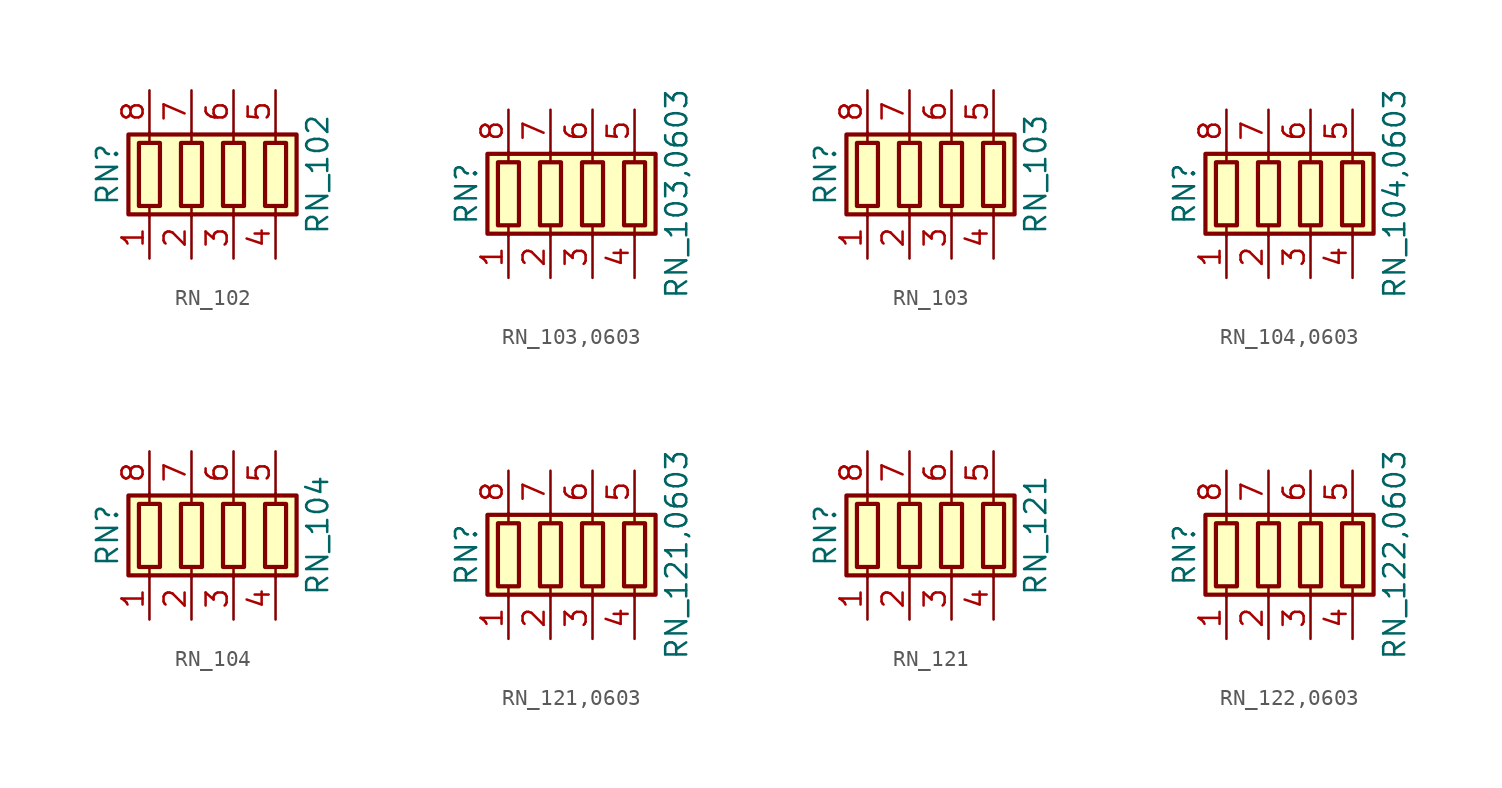
<source format=kicad_sym>
(kicad_symbol_lib
  (version 20211014)
  (generator kicad_symbol_editor)
  (symbol "RN_102"
    (pin_names
      (offset 0) hide)
    (property "Reference" "RN"
      (at -7.62 0 90)
      (effects (font (size 1.27 1.27))))
    (property "Value" "RN_102"
      (at 5.08 0 90)
      (effects (font (size 1.27 1.27))))
    (symbol "RN_102_0_1"
      (rectangle (start -6.35 -2.413) (end 3.81 2.413) (stroke (width 0.254) (type default) (color 0 0 0 0)) (fill (type background)))
      (rectangle (start -5.715 1.905) (end -4.445 -1.905) (stroke (width 0.254) (type default) (color 0 0 0 0)) (fill (type none)))
      (rectangle (start -3.175 1.905) (end -1.905 -1.905) (stroke (width 0.254) (type default) (color 0 0 0 0)) (fill (type none)))
      (rectangle (start -0.635 1.905) (end 0.635 -1.905) (stroke (width 0.254) (type default) (color 0 0 0 0)) (fill (type none)))
      (polyline (pts (xy -5.08 -2.54) (xy -5.08 -1.905)) (stroke (width 0) (type default) (color 0 0 0 0)) (fill (type none)))
      (polyline (pts (xy -5.08 1.905) (xy -5.08 2.54)) (stroke (width 0) (type default) (color 0 0 0 0)) (fill (type none)))
      (polyline (pts (xy -2.54 -2.54) (xy -2.54 -1.905)) (stroke (width 0) (type default) (color 0 0 0 0)) (fill (type none)))
      (polyline (pts (xy -2.54 1.905) (xy -2.54 2.54)) (stroke (width 0) (type default) (color 0 0 0 0)) (fill (type none)))
      (polyline (pts (xy 0 -2.54) (xy 0 -1.905)) (stroke (width 0) (type default) (color 0 0 0 0)) (fill (type none)))
      (polyline (pts (xy 0 1.905) (xy 0 2.54)) (stroke (width 0) (type default) (color 0 0 0 0)) (fill (type none)))
      (polyline (pts (xy 2.54 -2.54) (xy 2.54 -1.905)) (stroke (width 0) (type default) (color 0 0 0 0)) (fill (type none)))
      (polyline (pts (xy 2.54 1.905) (xy 2.54 2.54)) (stroke (width 0) (type default) (color 0 0 0 0)) (fill (type none)))
      (rectangle (start 1.905 1.905) (end 3.175 -1.905) (stroke (width 0.254) (type default) (color 0 0 0 0)) (fill (type none))))
    (symbol "RN_102_1_1"
      (pin passive line (at -5.08 -5.08 90) (length 2.54) (name "R1.1" (effects (font (size 1.27 1.27)))) (number "1" (effects (font (size 1.27 1.27)))))
      (pin passive line (at -2.54 -5.08 90) (length 2.54) (name "R2.1" (effects (font (size 1.27 1.27)))) (number "2" (effects (font (size 1.27 1.27)))))
      (pin passive line (at 0 -5.08 90) (length 2.54) (name "R3.1" (effects (font (size 1.27 1.27)))) (number "3" (effects (font (size 1.27 1.27)))))
      (pin passive line (at 2.54 -5.08 90) (length 2.54) (name "R4.1" (effects (font (size 1.27 1.27)))) (number "4" (effects (font (size 1.27 1.27)))))
      (pin passive line (at 2.54 5.08 270) (length 2.54) (name "R4.2" (effects (font (size 1.27 1.27)))) (number "5" (effects (font (size 1.27 1.27)))))
      (pin passive line (at 0 5.08 270) (length 2.54) (name "R3.2" (effects (font (size 1.27 1.27)))) (number "6" (effects (font (size 1.27 1.27)))))
      (pin passive line (at -2.54 5.08 270) (length 2.54) (name "R2.2" (effects (font (size 1.27 1.27)))) (number "7" (effects (font (size 1.27 1.27)))))
      (pin passive line (at -5.08 5.08 270) (length 2.54) (name "R1.2" (effects (font (size 1.27 1.27)))) (number "8" (effects (font (size 1.27 1.27)))))))
  (symbol "RN_103,0603"
    (pin_names
      (offset 0) hide)
    (property "Reference" "RN"
      (at -7.62 0 90)
      (effects (font (size 1.27 1.27))))
    (property "Value" "RN_103,0603"
      (at 5.08 0 90)
      (effects (font (size 1.27 1.27))))
    (symbol "RN_103,0603_0_1"
      (rectangle (start -6.35 -2.413) (end 3.81 2.413) (stroke (width 0.254) (type default) (color 0 0 0 0)) (fill (type background)))
      (rectangle (start -5.715 1.905) (end -4.445 -1.905) (stroke (width 0.254) (type default) (color 0 0 0 0)) (fill (type none)))
      (rectangle (start -3.175 1.905) (end -1.905 -1.905) (stroke (width 0.254) (type default) (color 0 0 0 0)) (fill (type none)))
      (rectangle (start -0.635 1.905) (end 0.635 -1.905) (stroke (width 0.254) (type default) (color 0 0 0 0)) (fill (type none)))
      (polyline (pts (xy -5.08 -2.54) (xy -5.08 -1.905)) (stroke (width 0) (type default) (color 0 0 0 0)) (fill (type none)))
      (polyline (pts (xy -5.08 1.905) (xy -5.08 2.54)) (stroke (width 0) (type default) (color 0 0 0 0)) (fill (type none)))
      (polyline (pts (xy -2.54 -2.54) (xy -2.54 -1.905)) (stroke (width 0) (type default) (color 0 0 0 0)) (fill (type none)))
      (polyline (pts (xy -2.54 1.905) (xy -2.54 2.54)) (stroke (width 0) (type default) (color 0 0 0 0)) (fill (type none)))
      (polyline (pts (xy 0 -2.54) (xy 0 -1.905)) (stroke (width 0) (type default) (color 0 0 0 0)) (fill (type none)))
      (polyline (pts (xy 0 1.905) (xy 0 2.54)) (stroke (width 0) (type default) (color 0 0 0 0)) (fill (type none)))
      (polyline (pts (xy 2.54 -2.54) (xy 2.54 -1.905)) (stroke (width 0) (type default) (color 0 0 0 0)) (fill (type none)))
      (polyline (pts (xy 2.54 1.905) (xy 2.54 2.54)) (stroke (width 0) (type default) (color 0 0 0 0)) (fill (type none)))
      (rectangle (start 1.905 1.905) (end 3.175 -1.905) (stroke (width 0.254) (type default) (color 0 0 0 0)) (fill (type none))))
    (symbol "RN_103,0603_1_1"
      (pin passive line (at -5.08 -5.08 90) (length 2.54) (name "R1.1" (effects (font (size 1.27 1.27)))) (number "1" (effects (font (size 1.27 1.27)))))
      (pin passive line (at -2.54 -5.08 90) (length 2.54) (name "R2.1" (effects (font (size 1.27 1.27)))) (number "2" (effects (font (size 1.27 1.27)))))
      (pin passive line (at 0 -5.08 90) (length 2.54) (name "R3.1" (effects (font (size 1.27 1.27)))) (number "3" (effects (font (size 1.27 1.27)))))
      (pin passive line (at 2.54 -5.08 90) (length 2.54) (name "R4.1" (effects (font (size 1.27 1.27)))) (number "4" (effects (font (size 1.27 1.27)))))
      (pin passive line (at 2.54 5.08 270) (length 2.54) (name "R4.2" (effects (font (size 1.27 1.27)))) (number "5" (effects (font (size 1.27 1.27)))))
      (pin passive line (at 0 5.08 270) (length 2.54) (name "R3.2" (effects (font (size 1.27 1.27)))) (number "6" (effects (font (size 1.27 1.27)))))
      (pin passive line (at -2.54 5.08 270) (length 2.54) (name "R2.2" (effects (font (size 1.27 1.27)))) (number "7" (effects (font (size 1.27 1.27)))))
      (pin passive line (at -5.08 5.08 270) (length 2.54) (name "R1.2" (effects (font (size 1.27 1.27)))) (number "8" (effects (font (size 1.27 1.27)))))))
  (symbol "RN_103"
    (pin_names
      (offset 0) hide)
    (property "Reference" "RN"
      (at -7.62 0 90)
      (effects (font (size 1.27 1.27))))
    (property "Value" "RN_103"
      (at 5.08 0 90)
      (effects (font (size 1.27 1.27))))
    (symbol "RN_103_0_1"
      (rectangle (start -6.35 -2.413) (end 3.81 2.413) (stroke (width 0.254) (type default) (color 0 0 0 0)) (fill (type background)))
      (rectangle (start -5.715 1.905) (end -4.445 -1.905) (stroke (width 0.254) (type default) (color 0 0 0 0)) (fill (type none)))
      (rectangle (start -3.175 1.905) (end -1.905 -1.905) (stroke (width 0.254) (type default) (color 0 0 0 0)) (fill (type none)))
      (rectangle (start -0.635 1.905) (end 0.635 -1.905) (stroke (width 0.254) (type default) (color 0 0 0 0)) (fill (type none)))
      (polyline (pts (xy -5.08 -2.54) (xy -5.08 -1.905)) (stroke (width 0) (type default) (color 0 0 0 0)) (fill (type none)))
      (polyline (pts (xy -5.08 1.905) (xy -5.08 2.54)) (stroke (width 0) (type default) (color 0 0 0 0)) (fill (type none)))
      (polyline (pts (xy -2.54 -2.54) (xy -2.54 -1.905)) (stroke (width 0) (type default) (color 0 0 0 0)) (fill (type none)))
      (polyline (pts (xy -2.54 1.905) (xy -2.54 2.54)) (stroke (width 0) (type default) (color 0 0 0 0)) (fill (type none)))
      (polyline (pts (xy 0 -2.54) (xy 0 -1.905)) (stroke (width 0) (type default) (color 0 0 0 0)) (fill (type none)))
      (polyline (pts (xy 0 1.905) (xy 0 2.54)) (stroke (width 0) (type default) (color 0 0 0 0)) (fill (type none)))
      (polyline (pts (xy 2.54 -2.54) (xy 2.54 -1.905)) (stroke (width 0) (type default) (color 0 0 0 0)) (fill (type none)))
      (polyline (pts (xy 2.54 1.905) (xy 2.54 2.54)) (stroke (width 0) (type default) (color 0 0 0 0)) (fill (type none)))
      (rectangle (start 1.905 1.905) (end 3.175 -1.905) (stroke (width 0.254) (type default) (color 0 0 0 0)) (fill (type none))))
    (symbol "RN_103_1_1"
      (pin passive line (at -5.08 -5.08 90) (length 2.54) (name "R1.1" (effects (font (size 1.27 1.27)))) (number "1" (effects (font (size 1.27 1.27)))))
      (pin passive line (at -2.54 -5.08 90) (length 2.54) (name "R2.1" (effects (font (size 1.27 1.27)))) (number "2" (effects (font (size 1.27 1.27)))))
      (pin passive line (at 0 -5.08 90) (length 2.54) (name "R3.1" (effects (font (size 1.27 1.27)))) (number "3" (effects (font (size 1.27 1.27)))))
      (pin passive line (at 2.54 -5.08 90) (length 2.54) (name "R4.1" (effects (font (size 1.27 1.27)))) (number "4" (effects (font (size 1.27 1.27)))))
      (pin passive line (at 2.54 5.08 270) (length 2.54) (name "R4.2" (effects (font (size 1.27 1.27)))) (number "5" (effects (font (size 1.27 1.27)))))
      (pin passive line (at 0 5.08 270) (length 2.54) (name "R3.2" (effects (font (size 1.27 1.27)))) (number "6" (effects (font (size 1.27 1.27)))))
      (pin passive line (at -2.54 5.08 270) (length 2.54) (name "R2.2" (effects (font (size 1.27 1.27)))) (number "7" (effects (font (size 1.27 1.27)))))
      (pin passive line (at -5.08 5.08 270) (length 2.54) (name "R1.2" (effects (font (size 1.27 1.27)))) (number "8" (effects (font (size 1.27 1.27)))))))
  (symbol "RN_104,0603"
    (pin_names
      (offset 0) hide)
    (property "Reference" "RN"
      (at -7.62 0 90)
      (effects (font (size 1.27 1.27))))
    (property "Value" "RN_104,0603"
      (at 5.08 0 90)
      (effects (font (size 1.27 1.27))))
    (symbol "RN_104,0603_0_1"
      (rectangle (start -6.35 -2.413) (end 3.81 2.413) (stroke (width 0.254) (type default) (color 0 0 0 0)) (fill (type background)))
      (rectangle (start -5.715 1.905) (end -4.445 -1.905) (stroke (width 0.254) (type default) (color 0 0 0 0)) (fill (type none)))
      (rectangle (start -3.175 1.905) (end -1.905 -1.905) (stroke (width 0.254) (type default) (color 0 0 0 0)) (fill (type none)))
      (rectangle (start -0.635 1.905) (end 0.635 -1.905) (stroke (width 0.254) (type default) (color 0 0 0 0)) (fill (type none)))
      (polyline (pts (xy -5.08 -2.54) (xy -5.08 -1.905)) (stroke (width 0) (type default) (color 0 0 0 0)) (fill (type none)))
      (polyline (pts (xy -5.08 1.905) (xy -5.08 2.54)) (stroke (width 0) (type default) (color 0 0 0 0)) (fill (type none)))
      (polyline (pts (xy -2.54 -2.54) (xy -2.54 -1.905)) (stroke (width 0) (type default) (color 0 0 0 0)) (fill (type none)))
      (polyline (pts (xy -2.54 1.905) (xy -2.54 2.54)) (stroke (width 0) (type default) (color 0 0 0 0)) (fill (type none)))
      (polyline (pts (xy 0 -2.54) (xy 0 -1.905)) (stroke (width 0) (type default) (color 0 0 0 0)) (fill (type none)))
      (polyline (pts (xy 0 1.905) (xy 0 2.54)) (stroke (width 0) (type default) (color 0 0 0 0)) (fill (type none)))
      (polyline (pts (xy 2.54 -2.54) (xy 2.54 -1.905)) (stroke (width 0) (type default) (color 0 0 0 0)) (fill (type none)))
      (polyline (pts (xy 2.54 1.905) (xy 2.54 2.54)) (stroke (width 0) (type default) (color 0 0 0 0)) (fill (type none)))
      (rectangle (start 1.905 1.905) (end 3.175 -1.905) (stroke (width 0.254) (type default) (color 0 0 0 0)) (fill (type none))))
    (symbol "RN_104,0603_1_1"
      (pin passive line (at -5.08 -5.08 90) (length 2.54) (name "R1.1" (effects (font (size 1.27 1.27)))) (number "1" (effects (font (size 1.27 1.27)))))
      (pin passive line (at -2.54 -5.08 90) (length 2.54) (name "R2.1" (effects (font (size 1.27 1.27)))) (number "2" (effects (font (size 1.27 1.27)))))
      (pin passive line (at 0 -5.08 90) (length 2.54) (name "R3.1" (effects (font (size 1.27 1.27)))) (number "3" (effects (font (size 1.27 1.27)))))
      (pin passive line (at 2.54 -5.08 90) (length 2.54) (name "R4.1" (effects (font (size 1.27 1.27)))) (number "4" (effects (font (size 1.27 1.27)))))
      (pin passive line (at 2.54 5.08 270) (length 2.54) (name "R4.2" (effects (font (size 1.27 1.27)))) (number "5" (effects (font (size 1.27 1.27)))))
      (pin passive line (at 0 5.08 270) (length 2.54) (name "R3.2" (effects (font (size 1.27 1.27)))) (number "6" (effects (font (size 1.27 1.27)))))
      (pin passive line (at -2.54 5.08 270) (length 2.54) (name "R2.2" (effects (font (size 1.27 1.27)))) (number "7" (effects (font (size 1.27 1.27)))))
      (pin passive line (at -5.08 5.08 270) (length 2.54) (name "R1.2" (effects (font (size 1.27 1.27)))) (number "8" (effects (font (size 1.27 1.27)))))))
  (symbol "RN_104"
    (pin_names
      (offset 0) hide)
    (property "Reference" "RN"
      (at -7.62 0 90)
      (effects (font (size 1.27 1.27))))
    (property "Value" "RN_104"
      (at 5.08 0 90)
      (effects (font (size 1.27 1.27))))
    (symbol "RN_104_0_1"
      (rectangle (start -6.35 -2.413) (end 3.81 2.413) (stroke (width 0.254) (type default) (color 0 0 0 0)) (fill (type background)))
      (rectangle (start -5.715 1.905) (end -4.445 -1.905) (stroke (width 0.254) (type default) (color 0 0 0 0)) (fill (type none)))
      (rectangle (start -3.175 1.905) (end -1.905 -1.905) (stroke (width 0.254) (type default) (color 0 0 0 0)) (fill (type none)))
      (rectangle (start -0.635 1.905) (end 0.635 -1.905) (stroke (width 0.254) (type default) (color 0 0 0 0)) (fill (type none)))
      (polyline (pts (xy -5.08 -2.54) (xy -5.08 -1.905)) (stroke (width 0) (type default) (color 0 0 0 0)) (fill (type none)))
      (polyline (pts (xy -5.08 1.905) (xy -5.08 2.54)) (stroke (width 0) (type default) (color 0 0 0 0)) (fill (type none)))
      (polyline (pts (xy -2.54 -2.54) (xy -2.54 -1.905)) (stroke (width 0) (type default) (color 0 0 0 0)) (fill (type none)))
      (polyline (pts (xy -2.54 1.905) (xy -2.54 2.54)) (stroke (width 0) (type default) (color 0 0 0 0)) (fill (type none)))
      (polyline (pts (xy 0 -2.54) (xy 0 -1.905)) (stroke (width 0) (type default) (color 0 0 0 0)) (fill (type none)))
      (polyline (pts (xy 0 1.905) (xy 0 2.54)) (stroke (width 0) (type default) (color 0 0 0 0)) (fill (type none)))
      (polyline (pts (xy 2.54 -2.54) (xy 2.54 -1.905)) (stroke (width 0) (type default) (color 0 0 0 0)) (fill (type none)))
      (polyline (pts (xy 2.54 1.905) (xy 2.54 2.54)) (stroke (width 0) (type default) (color 0 0 0 0)) (fill (type none)))
      (rectangle (start 1.905 1.905) (end 3.175 -1.905) (stroke (width 0.254) (type default) (color 0 0 0 0)) (fill (type none))))
    (symbol "RN_104_1_1"
      (pin passive line (at -5.08 -5.08 90) (length 2.54) (name "R1.1" (effects (font (size 1.27 1.27)))) (number "1" (effects (font (size 1.27 1.27)))))
      (pin passive line (at -2.54 -5.08 90) (length 2.54) (name "R2.1" (effects (font (size 1.27 1.27)))) (number "2" (effects (font (size 1.27 1.27)))))
      (pin passive line (at 0 -5.08 90) (length 2.54) (name "R3.1" (effects (font (size 1.27 1.27)))) (number "3" (effects (font (size 1.27 1.27)))))
      (pin passive line (at 2.54 -5.08 90) (length 2.54) (name "R4.1" (effects (font (size 1.27 1.27)))) (number "4" (effects (font (size 1.27 1.27)))))
      (pin passive line (at 2.54 5.08 270) (length 2.54) (name "R4.2" (effects (font (size 1.27 1.27)))) (number "5" (effects (font (size 1.27 1.27)))))
      (pin passive line (at 0 5.08 270) (length 2.54) (name "R3.2" (effects (font (size 1.27 1.27)))) (number "6" (effects (font (size 1.27 1.27)))))
      (pin passive line (at -2.54 5.08 270) (length 2.54) (name "R2.2" (effects (font (size 1.27 1.27)))) (number "7" (effects (font (size 1.27 1.27)))))
      (pin passive line (at -5.08 5.08 270) (length 2.54) (name "R1.2" (effects (font (size 1.27 1.27)))) (number "8" (effects (font (size 1.27 1.27)))))))
  (symbol "RN_121,0603"
    (pin_names
      (offset 0) hide)
    (property "Reference" "RN"
      (at -7.62 0 90)
      (effects (font (size 1.27 1.27))))
    (property "Value" "RN_121,0603"
      (at 5.08 0 90)
      (effects (font (size 1.27 1.27))))
    (symbol "RN_121,0603_0_1"
      (rectangle (start -6.35 -2.413) (end 3.81 2.413) (stroke (width 0.254) (type default) (color 0 0 0 0)) (fill (type background)))
      (rectangle (start -5.715 1.905) (end -4.445 -1.905) (stroke (width 0.254) (type default) (color 0 0 0 0)) (fill (type none)))
      (rectangle (start -3.175 1.905) (end -1.905 -1.905) (stroke (width 0.254) (type default) (color 0 0 0 0)) (fill (type none)))
      (rectangle (start -0.635 1.905) (end 0.635 -1.905) (stroke (width 0.254) (type default) (color 0 0 0 0)) (fill (type none)))
      (polyline (pts (xy -5.08 -2.54) (xy -5.08 -1.905)) (stroke (width 0) (type default) (color 0 0 0 0)) (fill (type none)))
      (polyline (pts (xy -5.08 1.905) (xy -5.08 2.54)) (stroke (width 0) (type default) (color 0 0 0 0)) (fill (type none)))
      (polyline (pts (xy -2.54 -2.54) (xy -2.54 -1.905)) (stroke (width 0) (type default) (color 0 0 0 0)) (fill (type none)))
      (polyline (pts (xy -2.54 1.905) (xy -2.54 2.54)) (stroke (width 0) (type default) (color 0 0 0 0)) (fill (type none)))
      (polyline (pts (xy 0 -2.54) (xy 0 -1.905)) (stroke (width 0) (type default) (color 0 0 0 0)) (fill (type none)))
      (polyline (pts (xy 0 1.905) (xy 0 2.54)) (stroke (width 0) (type default) (color 0 0 0 0)) (fill (type none)))
      (polyline (pts (xy 2.54 -2.54) (xy 2.54 -1.905)) (stroke (width 0) (type default) (color 0 0 0 0)) (fill (type none)))
      (polyline (pts (xy 2.54 1.905) (xy 2.54 2.54)) (stroke (width 0) (type default) (color 0 0 0 0)) (fill (type none)))
      (rectangle (start 1.905 1.905) (end 3.175 -1.905) (stroke (width 0.254) (type default) (color 0 0 0 0)) (fill (type none))))
    (symbol "RN_121,0603_1_1"
      (pin passive line (at -5.08 -5.08 90) (length 2.54) (name "R1.1" (effects (font (size 1.27 1.27)))) (number "1" (effects (font (size 1.27 1.27)))))
      (pin passive line (at -2.54 -5.08 90) (length 2.54) (name "R2.1" (effects (font (size 1.27 1.27)))) (number "2" (effects (font (size 1.27 1.27)))))
      (pin passive line (at 0 -5.08 90) (length 2.54) (name "R3.1" (effects (font (size 1.27 1.27)))) (number "3" (effects (font (size 1.27 1.27)))))
      (pin passive line (at 2.54 -5.08 90) (length 2.54) (name "R4.1" (effects (font (size 1.27 1.27)))) (number "4" (effects (font (size 1.27 1.27)))))
      (pin passive line (at 2.54 5.08 270) (length 2.54) (name "R4.2" (effects (font (size 1.27 1.27)))) (number "5" (effects (font (size 1.27 1.27)))))
      (pin passive line (at 0 5.08 270) (length 2.54) (name "R3.2" (effects (font (size 1.27 1.27)))) (number "6" (effects (font (size 1.27 1.27)))))
      (pin passive line (at -2.54 5.08 270) (length 2.54) (name "R2.2" (effects (font (size 1.27 1.27)))) (number "7" (effects (font (size 1.27 1.27)))))
      (pin passive line (at -5.08 5.08 270) (length 2.54) (name "R1.2" (effects (font (size 1.27 1.27)))) (number "8" (effects (font (size 1.27 1.27)))))))
  (symbol "RN_121"
    (pin_names
      (offset 0) hide)
    (property "Reference" "RN"
      (at -7.62 0 90)
      (effects (font (size 1.27 1.27))))
    (property "Value" "RN_121"
      (at 5.08 0 90)
      (effects (font (size 1.27 1.27))))
    (symbol "RN_121_0_1"
      (rectangle (start -6.35 -2.413) (end 3.81 2.413) (stroke (width 0.254) (type default) (color 0 0 0 0)) (fill (type background)))
      (rectangle (start -5.715 1.905) (end -4.445 -1.905) (stroke (width 0.254) (type default) (color 0 0 0 0)) (fill (type none)))
      (rectangle (start -3.175 1.905) (end -1.905 -1.905) (stroke (width 0.254) (type default) (color 0 0 0 0)) (fill (type none)))
      (rectangle (start -0.635 1.905) (end 0.635 -1.905) (stroke (width 0.254) (type default) (color 0 0 0 0)) (fill (type none)))
      (polyline (pts (xy -5.08 -2.54) (xy -5.08 -1.905)) (stroke (width 0) (type default) (color 0 0 0 0)) (fill (type none)))
      (polyline (pts (xy -5.08 1.905) (xy -5.08 2.54)) (stroke (width 0) (type default) (color 0 0 0 0)) (fill (type none)))
      (polyline (pts (xy -2.54 -2.54) (xy -2.54 -1.905)) (stroke (width 0) (type default) (color 0 0 0 0)) (fill (type none)))
      (polyline (pts (xy -2.54 1.905) (xy -2.54 2.54)) (stroke (width 0) (type default) (color 0 0 0 0)) (fill (type none)))
      (polyline (pts (xy 0 -2.54) (xy 0 -1.905)) (stroke (width 0) (type default) (color 0 0 0 0)) (fill (type none)))
      (polyline (pts (xy 0 1.905) (xy 0 2.54)) (stroke (width 0) (type default) (color 0 0 0 0)) (fill (type none)))
      (polyline (pts (xy 2.54 -2.54) (xy 2.54 -1.905)) (stroke (width 0) (type default) (color 0 0 0 0)) (fill (type none)))
      (polyline (pts (xy 2.54 1.905) (xy 2.54 2.54)) (stroke (width 0) (type default) (color 0 0 0 0)) (fill (type none)))
      (rectangle (start 1.905 1.905) (end 3.175 -1.905) (stroke (width 0.254) (type default) (color 0 0 0 0)) (fill (type none))))
    (symbol "RN_121_1_1"
      (pin passive line (at -5.08 -5.08 90) (length 2.54) (name "R1.1" (effects (font (size 1.27 1.27)))) (number "1" (effects (font (size 1.27 1.27)))))
      (pin passive line (at -2.54 -5.08 90) (length 2.54) (name "R2.1" (effects (font (size 1.27 1.27)))) (number "2" (effects (font (size 1.27 1.27)))))
      (pin passive line (at 0 -5.08 90) (length 2.54) (name "R3.1" (effects (font (size 1.27 1.27)))) (number "3" (effects (font (size 1.27 1.27)))))
      (pin passive line (at 2.54 -5.08 90) (length 2.54) (name "R4.1" (effects (font (size 1.27 1.27)))) (number "4" (effects (font (size 1.27 1.27)))))
      (pin passive line (at 2.54 5.08 270) (length 2.54) (name "R4.2" (effects (font (size 1.27 1.27)))) (number "5" (effects (font (size 1.27 1.27)))))
      (pin passive line (at 0 5.08 270) (length 2.54) (name "R3.2" (effects (font (size 1.27 1.27)))) (number "6" (effects (font (size 1.27 1.27)))))
      (pin passive line (at -2.54 5.08 270) (length 2.54) (name "R2.2" (effects (font (size 1.27 1.27)))) (number "7" (effects (font (size 1.27 1.27)))))
      (pin passive line (at -5.08 5.08 270) (length 2.54) (name "R1.2" (effects (font (size 1.27 1.27)))) (number "8" (effects (font (size 1.27 1.27)))))))
  (symbol "RN_122,0603"
    (pin_names
      (offset 0) hide)
    (property "Reference" "RN"
      (at -7.62 0 90)
      (effects (font (size 1.27 1.27))))
    (property "Value" "RN_122,0603"
      (at 5.08 0 90)
      (effects (font (size 1.27 1.27))))
    (symbol "RN_122,0603_0_1"
      (rectangle (start -6.35 -2.413) (end 3.81 2.413) (stroke (width 0.254) (type default) (color 0 0 0 0)) (fill (type background)))
      (rectangle (start -5.715 1.905) (end -4.445 -1.905) (stroke (width 0.254) (type default) (color 0 0 0 0)) (fill (type none)))
      (rectangle (start -3.175 1.905) (end -1.905 -1.905) (stroke (width 0.254) (type default) (color 0 0 0 0)) (fill (type none)))
      (rectangle (start -0.635 1.905) (end 0.635 -1.905) (stroke (width 0.254) (type default) (color 0 0 0 0)) (fill (type none)))
      (polyline (pts (xy -5.08 -2.54) (xy -5.08 -1.905)) (stroke (width 0) (type default) (color 0 0 0 0)) (fill (type none)))
      (polyline (pts (xy -5.08 1.905) (xy -5.08 2.54)) (stroke (width 0) (type default) (color 0 0 0 0)) (fill (type none)))
      (polyline (pts (xy -2.54 -2.54) (xy -2.54 -1.905)) (stroke (width 0) (type default) (color 0 0 0 0)) (fill (type none)))
      (polyline (pts (xy -2.54 1.905) (xy -2.54 2.54)) (stroke (width 0) (type default) (color 0 0 0 0)) (fill (type none)))
      (polyline (pts (xy 0 -2.54) (xy 0 -1.905)) (stroke (width 0) (type default) (color 0 0 0 0)) (fill (type none)))
      (polyline (pts (xy 0 1.905) (xy 0 2.54)) (stroke (width 0) (type default) (color 0 0 0 0)) (fill (type none)))
      (polyline (pts (xy 2.54 -2.54) (xy 2.54 -1.905)) (stroke (width 0) (type default) (color 0 0 0 0)) (fill (type none)))
      (polyline (pts (xy 2.54 1.905) (xy 2.54 2.54)) (stroke (width 0) (type default) (color 0 0 0 0)) (fill (type none)))
      (rectangle (start 1.905 1.905) (end 3.175 -1.905) (stroke (width 0.254) (type default) (color 0 0 0 0)) (fill (type none))))
    (symbol "RN_122,0603_1_1"
      (pin passive line (at -5.08 -5.08 90) (length 2.54) (name "R1.1" (effects (font (size 1.27 1.27)))) (number "1" (effects (font (size 1.27 1.27)))))
      (pin passive line (at -2.54 -5.08 90) (length 2.54) (name "R2.1" (effects (font (size 1.27 1.27)))) (number "2" (effects (font (size 1.27 1.27)))))
      (pin passive line (at 0 -5.08 90) (length 2.54) (name "R3.1" (effects (font (size 1.27 1.27)))) (number "3" (effects (font (size 1.27 1.27)))))
      (pin passive line (at 2.54 -5.08 90) (length 2.54) (name "R4.1" (effects (font (size 1.27 1.27)))) (number "4" (effects (font (size 1.27 1.27)))))
      (pin passive line (at 2.54 5.08 270) (length 2.54) (name "R4.2" (effects (font (size 1.27 1.27)))) (number "5" (effects (font (size 1.27 1.27)))))
      (pin passive line (at 0 5.08 270) (length 2.54) (name "R3.2" (effects (font (size 1.27 1.27)))) (number "6" (effects (font (size 1.27 1.27)))))
      (pin passive line (at -2.54 5.08 270) (length 2.54) (name "R2.2" (effects (font (size 1.27 1.27)))) (number "7" (effects (font (size 1.27 1.27)))))
      (pin passive line (at -5.08 5.08 270) (length 2.54) (name "R1.2" (effects (font (size 1.27 1.27)))) (number "8" (effects (font (size 1.27 1.27))))))))
</source>
